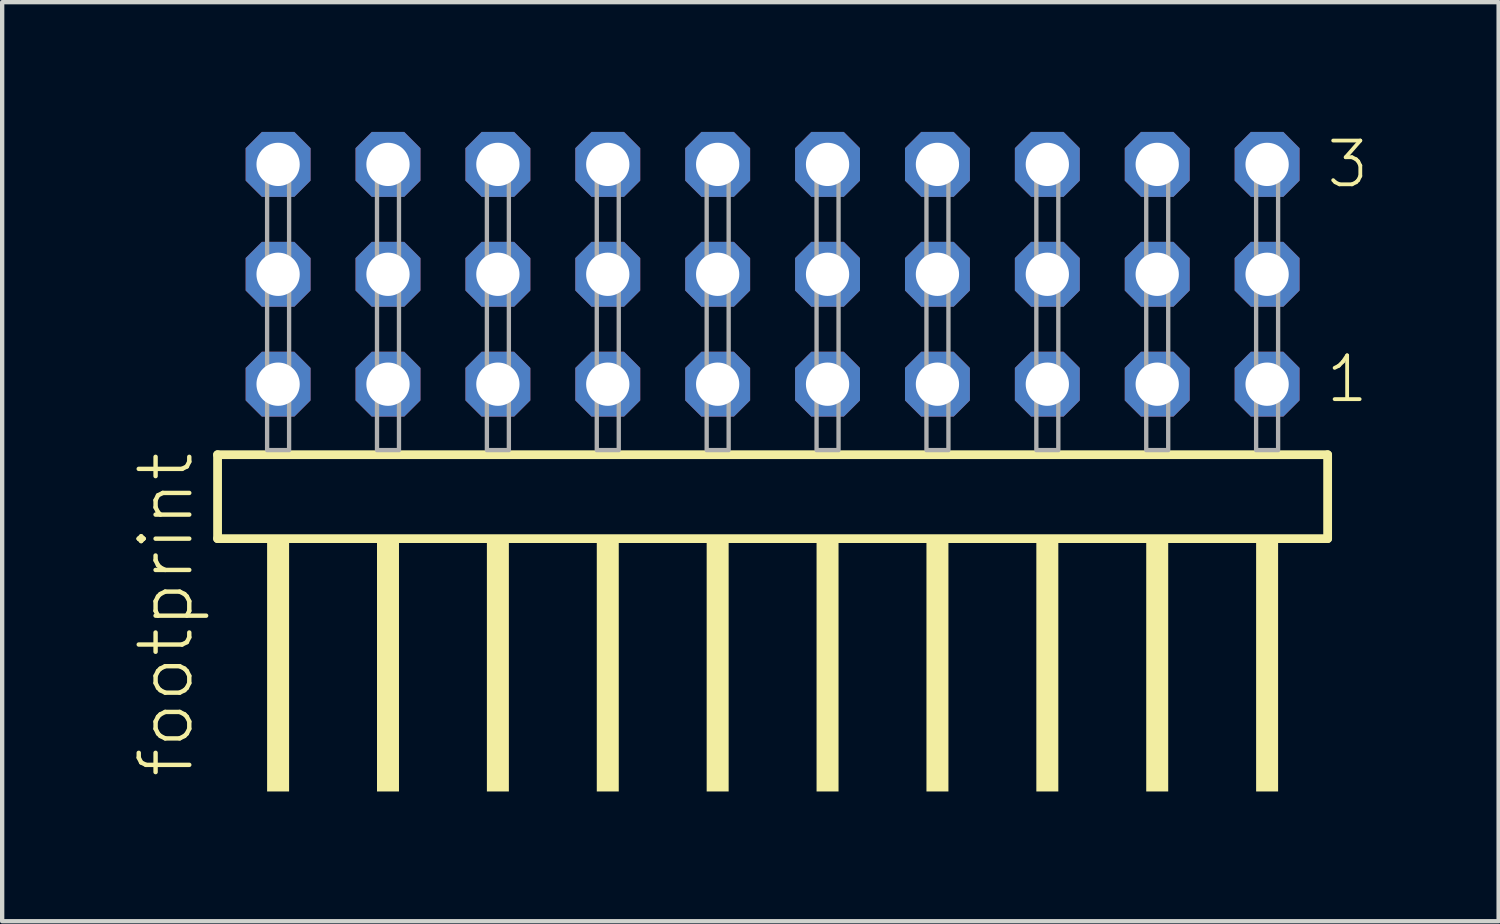
<source format=kicad_pcb>
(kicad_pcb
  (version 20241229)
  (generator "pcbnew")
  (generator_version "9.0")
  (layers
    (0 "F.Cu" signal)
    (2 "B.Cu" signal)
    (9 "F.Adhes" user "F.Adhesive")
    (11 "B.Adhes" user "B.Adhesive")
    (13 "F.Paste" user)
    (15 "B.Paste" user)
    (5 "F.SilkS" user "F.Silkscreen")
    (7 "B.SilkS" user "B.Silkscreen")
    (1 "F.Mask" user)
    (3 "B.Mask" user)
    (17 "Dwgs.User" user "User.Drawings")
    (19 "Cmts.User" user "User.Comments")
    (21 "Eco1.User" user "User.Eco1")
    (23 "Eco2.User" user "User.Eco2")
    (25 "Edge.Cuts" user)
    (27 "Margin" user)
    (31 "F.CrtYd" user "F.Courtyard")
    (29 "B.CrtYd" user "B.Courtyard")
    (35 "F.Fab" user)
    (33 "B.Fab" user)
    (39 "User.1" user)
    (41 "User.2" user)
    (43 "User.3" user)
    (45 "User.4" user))
  (footprint "footprint"
    (layer "F.Cu")
    (at 14.808 7.354)
    (property "Reference" "footprint" (at -13.335 7.62 90) (layer "F.SilkS") (effects (font (size 1.168 1.168) (thickness 0.102)) (justify left bottom)))
    (fp_line (start -12.829 0.106) (end -12.829 2.046) (stroke (width 0.203) (type solid)) (layer "F.SilkS"))
    (fp_line (start -12.829 2.046) (end 12.829 2.046) (stroke (width 0.203) (type solid)) (layer "F.SilkS"))
    (fp_line (start 12.829 0.106) (end -12.829 0.106) (stroke (width 0.203) (type solid)) (layer "F.SilkS"))
    (fp_line (start 12.829 2.046) (end 12.829 0.106) (stroke (width 0.203) (type solid)) (layer "F.SilkS"))
    (fp_poly (pts (xy -11.684 7.89) (xy -11.176 7.89) (xy -11.176 2.04) (xy -11.684 2.04)) (stroke (width 0) (type solid)) (fill yes) (layer "F.SilkS"))
    (fp_poly (pts (xy -9.144 7.89) (xy -8.636 7.89) (xy -8.636 2.04) (xy -9.144 2.04)) (stroke (width 0) (type solid)) (fill yes) (layer "F.SilkS"))
    (fp_poly (pts (xy -6.604 7.89) (xy -6.096 7.89) (xy -6.096 2.04) (xy -6.604 2.04)) (stroke (width 0) (type solid)) (fill yes) (layer "F.SilkS"))
    (fp_poly (pts (xy -4.064 7.89) (xy -3.556 7.89) (xy -3.556 2.04) (xy -4.064 2.04)) (stroke (width 0) (type solid)) (fill yes) (layer "F.SilkS"))
    (fp_poly (pts (xy -1.524 7.89) (xy -1.016 7.89) (xy -1.016 2.04) (xy -1.524 2.04)) (stroke (width 0) (type solid)) (fill yes) (layer "F.SilkS"))
    (fp_poly (pts (xy 1.016 7.89) (xy 1.524 7.89) (xy 1.524 2.04) (xy 1.016 2.04)) (stroke (width 0) (type solid)) (fill yes) (layer "F.SilkS"))
    (fp_poly (pts (xy 3.556 7.89) (xy 4.064 7.89) (xy 4.064 2.04) (xy 3.556 2.04)) (stroke (width 0) (type solid)) (fill yes) (layer "F.SilkS"))
    (fp_poly (pts (xy 6.096 7.89) (xy 6.604 7.89) (xy 6.604 2.04) (xy 6.096 2.04)) (stroke (width 0) (type solid)) (fill yes) (layer "F.SilkS"))
    (fp_poly (pts (xy 8.636 7.89) (xy 9.144 7.89) (xy 9.144 2.04) (xy 8.636 2.04)) (stroke (width 0) (type solid)) (fill yes) (layer "F.SilkS"))
    (fp_poly (pts (xy 11.176 7.89) (xy 11.684 7.89) (xy 11.684 2.04) (xy 11.176 2.04)) (stroke (width 0) (type solid)) (fill yes) (layer "F.SilkS"))
    (fp_poly (pts (xy -11.684 0) (xy -11.176 0) (xy -11.176 -6.858) (xy -11.684 -6.858)) (stroke (width 0.1) (type solid)) (fill no) (layer "F.Fab"))
    (fp_poly (pts (xy -9.144 0) (xy -8.636 0) (xy -8.636 -6.858) (xy -9.144 -6.858)) (stroke (width 0.1) (type solid)) (fill no) (layer "F.Fab"))
    (fp_poly (pts (xy -6.604 0) (xy -6.096 0) (xy -6.096 -6.858) (xy -6.604 -6.858)) (stroke (width 0.1) (type solid)) (fill no) (layer "F.Fab"))
    (fp_poly (pts (xy -4.064 0) (xy -3.556 0) (xy -3.556 -6.858) (xy -4.064 -6.858)) (stroke (width 0.1) (type solid)) (fill no) (layer "F.Fab"))
    (fp_poly (pts (xy -1.524 0) (xy -1.016 0) (xy -1.016 -6.858) (xy -1.524 -6.858)) (stroke (width 0.1) (type solid)) (fill no) (layer "F.Fab"))
    (fp_poly (pts (xy 1.016 0) (xy 1.524 0) (xy 1.524 -6.858) (xy 1.016 -6.858)) (stroke (width 0.1) (type solid)) (fill no) (layer "F.Fab"))
    (fp_poly (pts (xy 3.556 0) (xy 4.064 0) (xy 4.064 -6.858) (xy 3.556 -6.858)) (stroke (width 0.1) (type solid)) (fill no) (layer "F.Fab"))
    (fp_poly (pts (xy 6.096 0) (xy 6.604 0) (xy 6.604 -6.858) (xy 6.096 -6.858)) (stroke (width 0.1) (type solid)) (fill no) (layer "F.Fab"))
    (fp_poly (pts (xy 8.636 0) (xy 9.144 0) (xy 9.144 -6.858) (xy 8.636 -6.858)) (stroke (width 0.1) (type solid)) (fill no) (layer "F.Fab"))
    (fp_poly (pts (xy 11.176 0) (xy 11.684 0) (xy 11.684 -6.858) (xy 11.176 -6.858)) (stroke (width 0.1) (type solid)) (fill no) (layer "F.Fab"))
    (fp_text user "3" (at 12.755 -6.015 0) (layer "F.SilkS") (effects (font (size 1.012 1.012) (thickness 0.088)) (justify left bottom)))
    (fp_text user "1" (at 12.74 -1.05 0) (layer "F.SilkS") (effects (font (size 1.012 1.012) (thickness 0.088)) (justify left bottom)))
    (pad "1" thru_hole roundrect (at 11.43 -1.524 180) (size 1.5 1.5) (drill 1) (layers "*.Cu" "*.Mask") (roundrect_rratio 0.25) (chamfer_ratio 0.25) (chamfer top_left top_right bottom_left bottom_right))
    (pad "2" thru_hole roundrect (at 11.43 -4.064 180) (size 1.5 1.5) (drill 1) (layers "*.Cu" "*.Mask") (roundrect_rratio 0.25) (chamfer_ratio 0.25) (chamfer top_left top_right bottom_left bottom_right))
    (pad "3" thru_hole roundrect (at 11.43 -6.604 180) (size 1.5 1.5) (drill 1) (layers "*.Cu" "*.Mask") (roundrect_rratio 0.25) (chamfer_ratio 0.25) (chamfer top_left top_right bottom_left bottom_right))
    (pad "4" thru_hole roundrect (at 8.89 -1.524 180) (size 1.5 1.5) (drill 1) (layers "*.Cu" "*.Mask") (roundrect_rratio 0.25) (chamfer_ratio 0.25) (chamfer top_left top_right bottom_left bottom_right))
    (pad "5" thru_hole roundrect (at 8.89 -4.064 180) (size 1.5 1.5) (drill 1) (layers "*.Cu" "*.Mask") (roundrect_rratio 0.25) (chamfer_ratio 0.25) (chamfer top_left top_right bottom_left bottom_right))
    (pad "6" thru_hole roundrect (at 8.89 -6.604 180) (size 1.5 1.5) (drill 1) (layers "*.Cu" "*.Mask") (roundrect_rratio 0.25) (chamfer_ratio 0.25) (chamfer top_left top_right bottom_left bottom_right))
    (pad "7" thru_hole roundrect (at 6.35 -1.524 180) (size 1.5 1.5) (drill 1) (layers "*.Cu" "*.Mask") (roundrect_rratio 0.25) (chamfer_ratio 0.25) (chamfer top_left top_right bottom_left bottom_right))
    (pad "8" thru_hole roundrect (at 6.35 -4.064 180) (size 1.5 1.5) (drill 1) (layers "*.Cu" "*.Mask") (roundrect_rratio 0.25) (chamfer_ratio 0.25) (chamfer top_left top_right bottom_left bottom_right))
    (pad "9" thru_hole roundrect (at 6.35 -6.604 180) (size 1.5 1.5) (drill 1) (layers "*.Cu" "*.Mask") (roundrect_rratio 0.25) (chamfer_ratio 0.25) (chamfer top_left top_right bottom_left bottom_right))
    (pad "10" thru_hole roundrect (at 3.81 -1.524 180) (size 1.5 1.5) (drill 1) (layers "*.Cu" "*.Mask") (roundrect_rratio 0.25) (chamfer_ratio 0.25) (chamfer top_left top_right bottom_left bottom_right))
    (pad "11" thru_hole roundrect (at 3.81 -4.064 180) (size 1.5 1.5) (drill 1) (layers "*.Cu" "*.Mask") (roundrect_rratio 0.25) (chamfer_ratio 0.25) (chamfer top_left top_right bottom_left bottom_right))
    (pad "12" thru_hole roundrect (at 3.81 -6.604 180) (size 1.5 1.5) (drill 1) (layers "*.Cu" "*.Mask") (roundrect_rratio 0.25) (chamfer_ratio 0.25) (chamfer top_left top_right bottom_left bottom_right))
    (pad "13" thru_hole roundrect (at 1.27 -1.524 180) (size 1.5 1.5) (drill 1) (layers "*.Cu" "*.Mask") (roundrect_rratio 0.25) (chamfer_ratio 0.25) (chamfer top_left top_right bottom_left bottom_right))
    (pad "14" thru_hole roundrect (at 1.27 -4.064 180) (size 1.5 1.5) (drill 1) (layers "*.Cu" "*.Mask") (roundrect_rratio 0.25) (chamfer_ratio 0.25) (chamfer top_left top_right bottom_left bottom_right))
    (pad "15" thru_hole roundrect (at 1.27 -6.604 180) (size 1.5 1.5) (drill 1) (layers "*.Cu" "*.Mask") (roundrect_rratio 0.25) (chamfer_ratio 0.25) (chamfer top_left top_right bottom_left bottom_right))
    (pad "16" thru_hole roundrect (at -1.27 -1.524 180) (size 1.5 1.5) (drill 1) (layers "*.Cu" "*.Mask") (roundrect_rratio 0.25) (chamfer_ratio 0.25) (chamfer top_left top_right bottom_left bottom_right))
    (pad "17" thru_hole roundrect (at -1.27 -4.064 180) (size 1.5 1.5) (drill 1) (layers "*.Cu" "*.Mask") (roundrect_rratio 0.25) (chamfer_ratio 0.25) (chamfer top_left top_right bottom_left bottom_right))
    (pad "18" thru_hole roundrect (at -1.27 -6.604 180) (size 1.5 1.5) (drill 1) (layers "*.Cu" "*.Mask") (roundrect_rratio 0.25) (chamfer_ratio 0.25) (chamfer top_left top_right bottom_left bottom_right))
    (pad "19" thru_hole roundrect (at -3.81 -1.524 180) (size 1.5 1.5) (drill 1) (layers "*.Cu" "*.Mask") (roundrect_rratio 0.25) (chamfer_ratio 0.25) (chamfer top_left top_right bottom_left bottom_right))
    (pad "20" thru_hole roundrect (at -3.81 -4.064 180) (size 1.5 1.5) (drill 1) (layers "*.Cu" "*.Mask") (roundrect_rratio 0.25) (chamfer_ratio 0.25) (chamfer top_left top_right bottom_left bottom_right))
    (pad "21" thru_hole roundrect (at -3.81 -6.604 180) (size 1.5 1.5) (drill 1) (layers "*.Cu" "*.Mask") (roundrect_rratio 0.25) (chamfer_ratio 0.25) (chamfer top_left top_right bottom_left bottom_right))
    (pad "22" thru_hole roundrect (at -6.35 -1.524 180) (size 1.5 1.5) (drill 1) (layers "*.Cu" "*.Mask") (roundrect_rratio 0.25) (chamfer_ratio 0.25) (chamfer top_left top_right bottom_left bottom_right))
    (pad "23" thru_hole roundrect (at -6.35 -4.064 180) (size 1.5 1.5) (drill 1) (layers "*.Cu" "*.Mask") (roundrect_rratio 0.25) (chamfer_ratio 0.25) (chamfer top_left top_right bottom_left bottom_right))
    (pad "24" thru_hole roundrect (at -6.35 -6.604 180) (size 1.5 1.5) (drill 1) (layers "*.Cu" "*.Mask") (roundrect_rratio 0.25) (chamfer_ratio 0.25) (chamfer top_left top_right bottom_left bottom_right))
    (pad "25" thru_hole roundrect (at -8.89 -1.524 180) (size 1.5 1.5) (drill 1) (layers "*.Cu" "*.Mask") (roundrect_rratio 0.25) (chamfer_ratio 0.25) (chamfer top_left top_right bottom_left bottom_right))
    (pad "26" thru_hole roundrect (at -8.89 -4.064 180) (size 1.5 1.5) (drill 1) (layers "*.Cu" "*.Mask") (roundrect_rratio 0.25) (chamfer_ratio 0.25) (chamfer top_left top_right bottom_left bottom_right))
    (pad "27" thru_hole roundrect (at -8.89 -6.604 180) (size 1.5 1.5) (drill 1) (layers "*.Cu" "*.Mask") (roundrect_rratio 0.25) (chamfer_ratio 0.25) (chamfer top_left top_right bottom_left bottom_right))
    (pad "28" thru_hole roundrect (at -11.43 -1.524 180) (size 1.5 1.5) (drill 1) (layers "*.Cu" "*.Mask") (roundrect_rratio 0.25) (chamfer_ratio 0.25) (chamfer top_left top_right bottom_left bottom_right))
    (pad "29" thru_hole roundrect (at -11.43 -4.064 180) (size 1.5 1.5) (drill 1) (layers "*.Cu" "*.Mask") (roundrect_rratio 0.25) (chamfer_ratio 0.25) (chamfer top_left top_right bottom_left bottom_right))
    (pad "30" thru_hole roundrect (at -11.43 -6.604 180) (size 1.5 1.5) (drill 1) (layers "*.Cu" "*.Mask") (roundrect_rratio 0.25) (chamfer_ratio 0.25) (chamfer top_left top_right bottom_left bottom_right)))
  (gr_rect
    (start -3 -3)
    (end 31.589 18.244)
    (stroke (width 0.1) (type default))
    (fill no)
    (layer "Edge.Cuts")))
</source>
